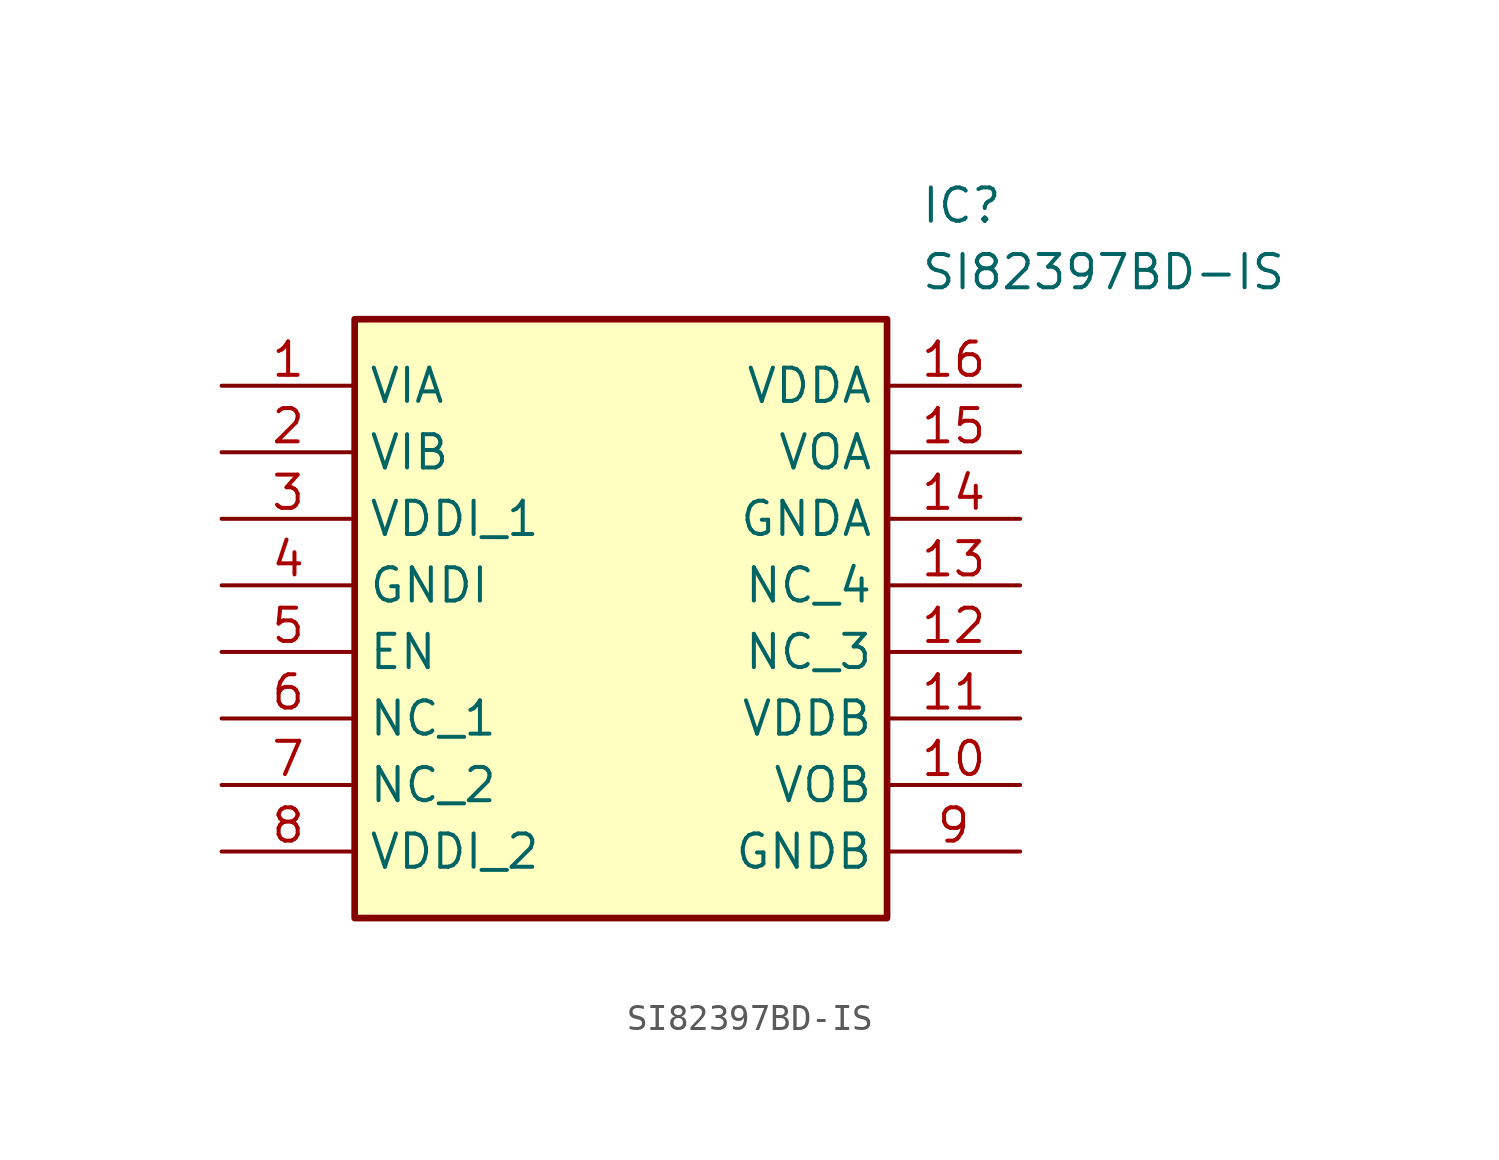
<source format=kicad_sym>
(kicad_symbol_lib
  (version 20211014)
  (generator SamacSys_ECAD_Model)
  (symbol "SI82397BD-IS"
    (property "Reference" "IC"
      (at 26.67 7.62 0)
      (effects (font (size 1.27 1.27)) (justify left top)))
    (property "Value" "SI82397BD-IS"
      (at 26.67 5.08 0)
      (effects (font (size 1.27 1.27)) (justify left top)))
    (rectangle
      (start 5.08 2.54)
      (end 25.4 -20.32)
      (stroke (width 0.254) (type default))
      (fill (type background)))
    (pin passive line
      (at 0 0 0)
      (length 5.08)
      (name "VIA" (effects (font (size 1.27 1.27))))
      (number "1" (effects (font (size 1.27 1.27)))))
    (pin passive line
      (at 0 -2.54 0)
      (length 5.08)
      (name "VIB" (effects (font (size 1.27 1.27))))
      (number "2" (effects (font (size 1.27 1.27)))))
    (pin passive line
      (at 0 -5.08 0)
      (length 5.08)
      (name "VDDI_1" (effects (font (size 1.27 1.27))))
      (number "3" (effects (font (size 1.27 1.27)))))
    (pin passive line
      (at 0 -7.62 0)
      (length 5.08)
      (name "GNDI" (effects (font (size 1.27 1.27))))
      (number "4" (effects (font (size 1.27 1.27)))))
    (pin passive line
      (at 0 -10.16 0)
      (length 5.08)
      (name "EN" (effects (font (size 1.27 1.27))))
      (number "5" (effects (font (size 1.27 1.27)))))
    (pin passive line
      (at 0 -12.7 0)
      (length 5.08)
      (name "NC_1" (effects (font (size 1.27 1.27))))
      (number "6" (effects (font (size 1.27 1.27)))))
    (pin passive line
      (at 0 -15.24 0)
      (length 5.08)
      (name "NC_2" (effects (font (size 1.27 1.27))))
      (number "7" (effects (font (size 1.27 1.27)))))
    (pin passive line
      (at 0 -17.78 0)
      (length 5.08)
      (name "VDDI_2" (effects (font (size 1.27 1.27))))
      (number "8" (effects (font (size 1.27 1.27)))))
    (pin passive line
      (at 30.48 0 180)
      (length 5.08)
      (name "VDDA" (effects (font (size 1.27 1.27))))
      (number "16" (effects (font (size 1.27 1.27)))))
    (pin passive line
      (at 30.48 -2.54 180)
      (length 5.08)
      (name "VOA" (effects (font (size 1.27 1.27))))
      (number "15" (effects (font (size 1.27 1.27)))))
    (pin passive line
      (at 30.48 -5.08 180)
      (length 5.08)
      (name "GNDA" (effects (font (size 1.27 1.27))))
      (number "14" (effects (font (size 1.27 1.27)))))
    (pin passive line
      (at 30.48 -7.62 180)
      (length 5.08)
      (name "NC_4" (effects (font (size 1.27 1.27))))
      (number "13" (effects (font (size 1.27 1.27)))))
    (pin passive line
      (at 30.48 -10.16 180)
      (length 5.08)
      (name "NC_3" (effects (font (size 1.27 1.27))))
      (number "12" (effects (font (size 1.27 1.27)))))
    (pin passive line
      (at 30.48 -12.7 180)
      (length 5.08)
      (name "VDDB" (effects (font (size 1.27 1.27))))
      (number "11" (effects (font (size 1.27 1.27)))))
    (pin passive line
      (at 30.48 -15.24 180)
      (length 5.08)
      (name "VOB" (effects (font (size 1.27 1.27))))
      (number "10" (effects (font (size 1.27 1.27)))))
    (pin passive line
      (at 30.48 -17.78 180)
      (length 5.08)
      (name "GNDB" (effects (font (size 1.27 1.27))))
      (number "9" (effects (font (size 1.27 1.27)))))))
</source>
